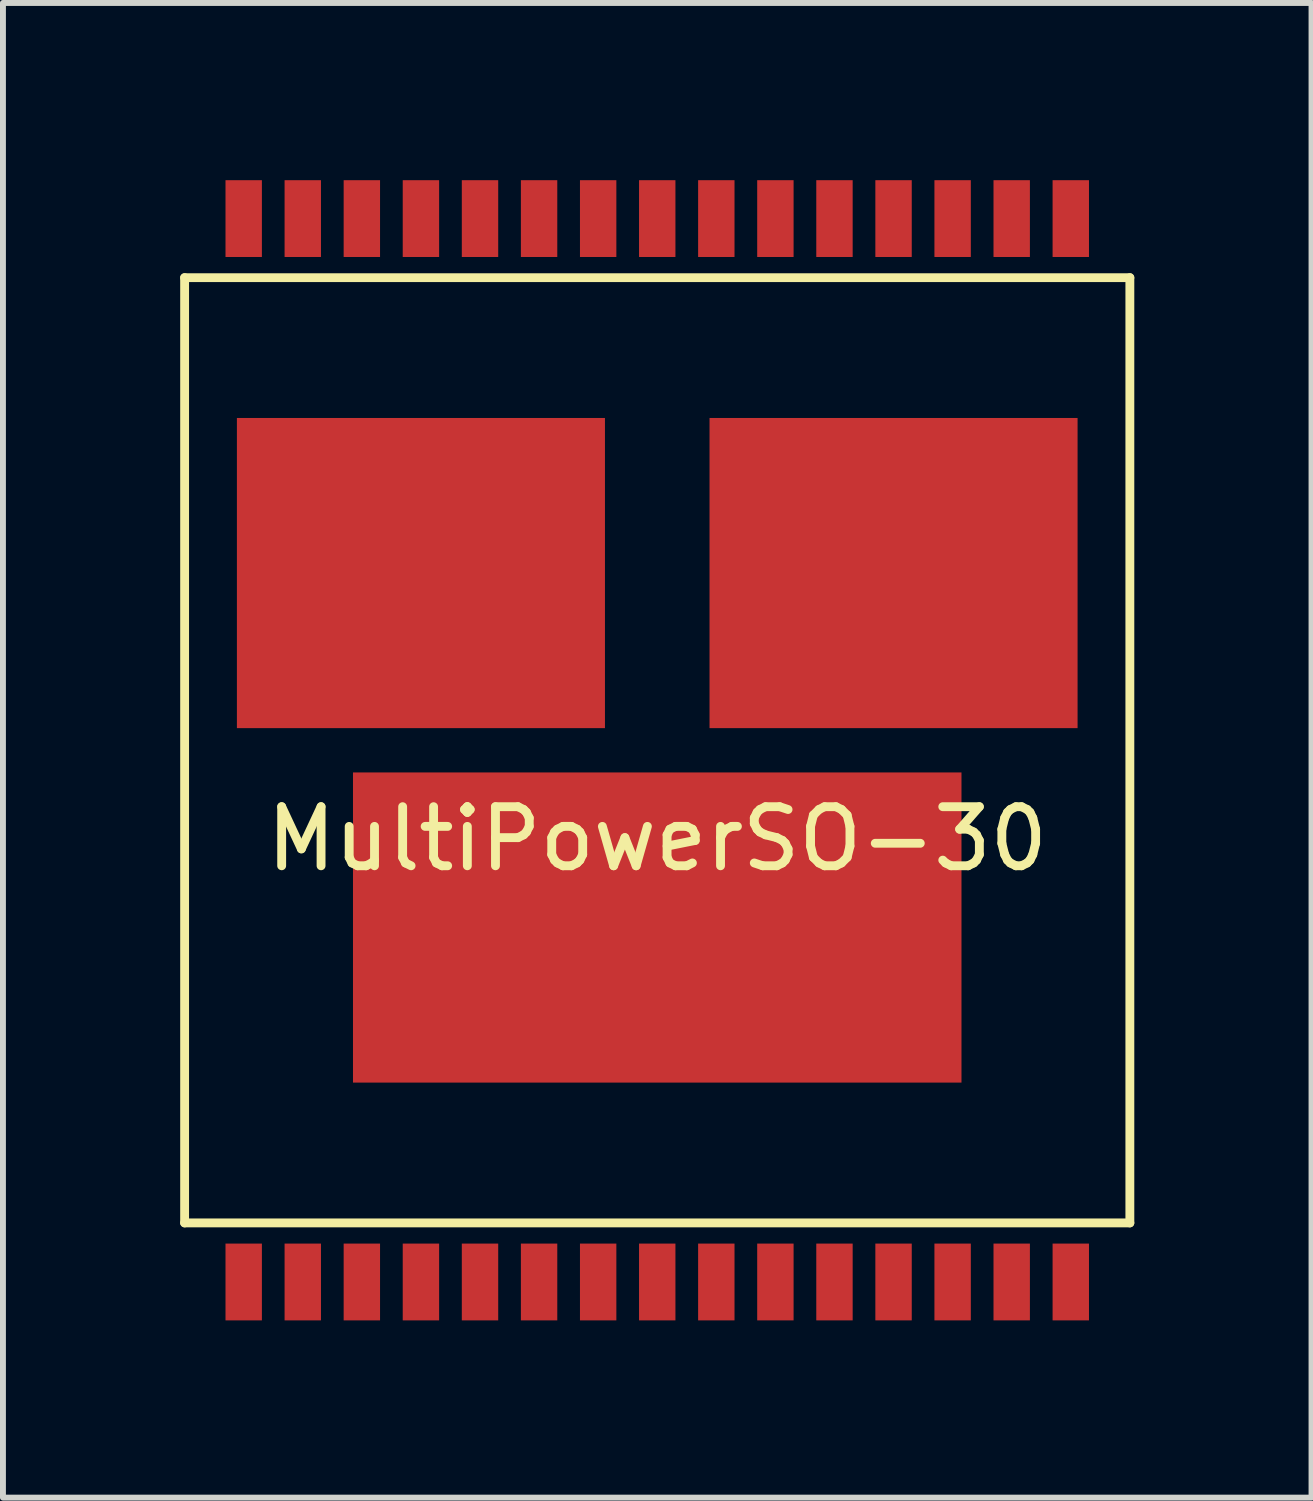
<source format=kicad_pcb>
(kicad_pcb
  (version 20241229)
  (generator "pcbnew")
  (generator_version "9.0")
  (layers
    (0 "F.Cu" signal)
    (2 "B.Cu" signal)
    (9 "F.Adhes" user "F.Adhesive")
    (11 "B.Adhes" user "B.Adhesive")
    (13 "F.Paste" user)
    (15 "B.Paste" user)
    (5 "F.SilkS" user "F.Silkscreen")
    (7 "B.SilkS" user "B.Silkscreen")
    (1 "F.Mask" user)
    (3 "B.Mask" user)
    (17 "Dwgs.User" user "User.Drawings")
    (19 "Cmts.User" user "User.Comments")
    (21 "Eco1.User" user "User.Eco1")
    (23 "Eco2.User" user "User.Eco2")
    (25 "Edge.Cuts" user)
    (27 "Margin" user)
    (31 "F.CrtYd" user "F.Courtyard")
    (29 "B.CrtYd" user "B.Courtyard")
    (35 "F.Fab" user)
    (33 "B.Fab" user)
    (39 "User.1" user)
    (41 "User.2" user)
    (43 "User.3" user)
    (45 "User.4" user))
  (footprint "MultiPowerSO-30"
    (layer "F.Cu")
    (at 8.075 9.65)
    (property "Reference" "MultiPowerSO-30" (at 0 1.5 0) (layer "F.SilkS") (effects (font (size 1 1) (thickness 0.15))))
    (attr through_hole)
    (fp_line (start -8 -8) (end 8 -8) (stroke (width 0.15) (type solid)) (layer "F.SilkS"))
    (fp_line (start -8 8) (end -8 -8) (stroke (width 0.15) (type solid)) (layer "F.SilkS"))
    (fp_line (start 8 -8) (end 8 8) (stroke (width 0.15) (type solid)) (layer "F.SilkS"))
    (fp_line (start 8 8) (end -8 8) (stroke (width 0.15) (type solid)) (layer "F.SilkS"))
    (pad "1" smd rect (at -7 9) (size 0.616 1.3) (layers "F.Cu" "F.Mask" "F.Paste"))
    (pad "2" smd rect (at -6 9) (size 0.616 1.3) (layers "F.Cu" "F.Mask" "F.Paste"))
    (pad "3" smd rect (at -5 9) (size 0.616 1.3) (layers "F.Cu" "F.Mask" "F.Paste"))
    (pad "4" smd rect (at -4 9) (size 0.616 1.3) (layers "F.Cu" "F.Mask" "F.Paste"))
    (pad "5" smd rect (at -3 9) (size 0.616 1.3) (layers "F.Cu" "F.Mask" "F.Paste"))
    (pad "6" smd rect (at -2 9) (size 0.616 1.3) (layers "F.Cu" "F.Mask" "F.Paste"))
    (pad "7" smd rect (at -1 9) (size 0.616 1.3) (layers "F.Cu" "F.Mask" "F.Paste"))
    (pad "8" smd rect (at 0 9) (size 0.616 1.3) (layers "F.Cu" "F.Mask" "F.Paste"))
    (pad "9" smd rect (at 1 9) (size 0.616 1.3) (layers "F.Cu" "F.Mask" "F.Paste"))
    (pad "10" smd rect (at 2 9) (size 0.616 1.3) (layers "F.Cu" "F.Mask" "F.Paste"))
    (pad "11" smd rect (at 3 9) (size 0.616 1.3) (layers "F.Cu" "F.Mask" "F.Paste"))
    (pad "12" smd rect (at 4 9) (size 0.616 1.3) (layers "F.Cu" "F.Mask" "F.Paste"))
    (pad "13" smd rect (at 5 9) (size 0.616 1.3) (layers "F.Cu" "F.Mask" "F.Paste"))
    (pad "14" smd rect (at 6 9) (size 0.616 1.3) (layers "F.Cu" "F.Mask" "F.Paste"))
    (pad "15" smd rect (at 7 9) (size 0.616 1.3) (layers "F.Cu" "F.Mask" "F.Paste"))
    (pad "16" smd rect (at 7 -9) (size 0.616 1.3) (layers "F.Cu" "F.Mask" "F.Paste"))
    (pad "17" smd rect (at 6 -9) (size 0.616 1.3) (layers "F.Cu" "F.Mask" "F.Paste"))
    (pad "18" smd rect (at 5 -9) (size 0.616 1.3) (layers "F.Cu" "F.Mask" "F.Paste"))
    (pad "19" smd rect (at 4 -9) (size 0.616 1.3) (layers "F.Cu" "F.Mask" "F.Paste"))
    (pad "20" smd rect (at 3 -9) (size 0.616 1.3) (layers "F.Cu" "F.Mask" "F.Paste"))
    (pad "21" smd rect (at 2 -9) (size 0.616 1.3) (layers "F.Cu" "F.Mask" "F.Paste"))
    (pad "22" smd rect (at 1 -9) (size 0.616 1.3) (layers "F.Cu" "F.Mask" "F.Paste"))
    (pad "23" smd rect (at 0 -9) (size 0.616 1.3) (layers "F.Cu" "F.Mask" "F.Paste"))
    (pad "24" smd rect (at -1 -9) (size 0.616 1.3) (layers "F.Cu" "F.Mask" "F.Paste"))
    (pad "25" smd rect (at -2 -9) (size 0.616 1.3) (layers "F.Cu" "F.Mask" "F.Paste"))
    (pad "26" smd rect (at -3 -9) (size 0.616 1.3) (layers "F.Cu" "F.Mask" "F.Paste"))
    (pad "27" smd rect (at -4 -9) (size 0.616 1.3) (layers "F.Cu" "F.Mask" "F.Paste"))
    (pad "28" smd rect (at -5 -9) (size 0.616 1.3) (layers "F.Cu" "F.Mask" "F.Paste"))
    (pad "29" smd rect (at -6 -9) (size 0.616 1.3) (layers "F.Cu" "F.Mask" "F.Paste"))
    (pad "30" smd rect (at -7 -9) (size 0.616 1.3) (layers "F.Cu" "F.Mask" "F.Paste"))
    (pad "31" smd rect (at 0 3) (size 10.3 5.25) (layers "F.Cu" "F.Mask" "F.Paste"))
    (pad "32" smd rect (at 4 -3) (size 6.23 5.25) (layers "F.Cu" "F.Mask" "F.Paste"))
    (pad "33" smd rect (at -4 -3) (size 6.23 5.25) (layers "F.Cu" "F.Mask" "F.Paste")))
  (gr_rect
    (start -3 -3)
    (end 19.15 22.3)
    (stroke (width 0.1) (type default))
    (fill no)
    (layer "Edge.Cuts")))
</source>
